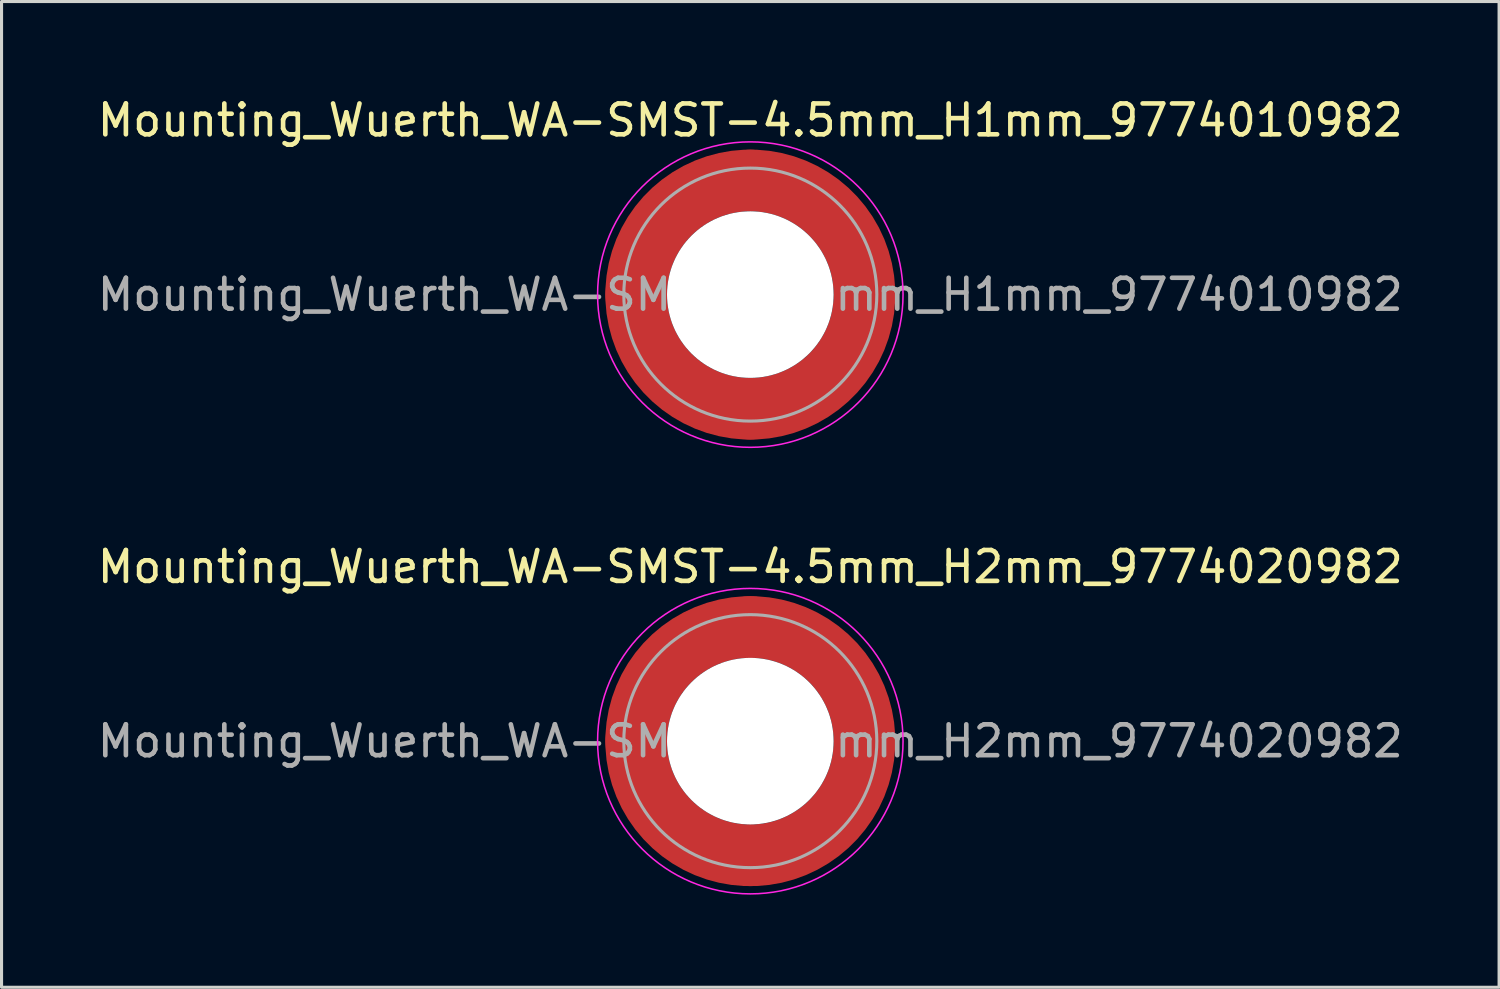
<source format=kicad_pcb>
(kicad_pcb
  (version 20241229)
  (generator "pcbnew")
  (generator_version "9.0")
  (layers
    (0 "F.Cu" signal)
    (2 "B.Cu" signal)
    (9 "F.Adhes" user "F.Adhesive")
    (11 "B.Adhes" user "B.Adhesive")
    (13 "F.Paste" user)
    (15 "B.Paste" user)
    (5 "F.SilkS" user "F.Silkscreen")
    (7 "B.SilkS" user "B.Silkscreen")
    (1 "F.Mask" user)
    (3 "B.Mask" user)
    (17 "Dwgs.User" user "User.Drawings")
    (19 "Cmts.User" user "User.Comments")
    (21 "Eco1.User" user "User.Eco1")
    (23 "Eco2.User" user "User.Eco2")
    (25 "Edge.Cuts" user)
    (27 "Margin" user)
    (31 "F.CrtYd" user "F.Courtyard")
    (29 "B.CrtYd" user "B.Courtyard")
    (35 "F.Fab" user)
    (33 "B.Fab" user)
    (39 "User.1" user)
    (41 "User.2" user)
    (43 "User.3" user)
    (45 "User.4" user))
  (footprint "Mounting_Wuerth_WA-SMST-4.5mm_H1mm_9774010982"
    (layer "F.Cu")
    (at 21.268 6.498)
    (property "Reference" "Mounting_Wuerth_WA-SMST-4.5mm_H1mm_9774010982" (at 0 -5.65 0) (layer "F.SilkS") (effects (font (size 1 1) (thickness 0.15))))
    (attr smd)
    (fp_circle (center 0 0) (end 4.95 0) (stroke (width 0.05) (type solid)) (fill no) (layer "F.CrtYd"))
    (fp_circle (center 0 0) (end 4.1 0) (stroke (width 0.1) (type solid)) (fill no) (layer "F.Fab"))
    (fp_text user "${REFERENCE}" (at 0 0 0) (layer "F.Fab") (effects (font (size 1 1) (thickness 0.15))))
    (pad "" smd custom (at -2.607 -2.607) (size 0.948 0.948) (layers "F.Paste") (options (anchor circle)) (primitives (gr_arc (start -0.188183 2.107456) (mid 0.599273 0.599273) (end 2.107456 -0.188183) (width 0.2)) (gr_arc (start -0.289416 2.107456) (mid 0.52877 0.52877) (end 2.107456 -0.289416) (width 0.2)) (gr_arc (start -0.390547 2.107456) (mid 0.458268 0.458268) (end 2.107456 -0.390547) (width 0.2)) (gr_arc (start -0.491585 2.107456) (mid 0.387765 0.387765) (end 2.107456 -0.491585) (width 0.2)) (gr_arc (start -0.59254 2.107456) (mid 0.317262 0.317262) (end 2.107456 -0.59254) (width 0.2)) (gr_arc (start -0.693419 2.107456) (mid 0.24676 0.24676) (end 2.107456 -0.693419) (width 0.2)) (gr_arc (start -0.794229 2.107456) (mid 0.176257 0.176257) (end 2.107456 -0.794229) (width 0.2)) (gr_arc (start -0.894975 2.107456) (mid 0.105754 0.105754) (end 2.107456 -0.894975) (width 0.2)) (gr_arc (start -0.995664 2.107456) (mid 0.035251 0.035251) (end 2.107456 -0.995664) (width 0.2)) (gr_arc (start -1.0963 2.107456) (mid -0.035252 -0.035252) (end 2.107456 -1.0963) (width 0.2)) (gr_arc (start -1.196886 2.107456) (mid -0.105754 -0.105754) (end 2.107456 -1.196886) (width 0.2)) (gr_arc (start -1.297427 2.107456) (mid -0.176257 -0.176257) (end 2.107456 -1.297427) (width 0.2)) (gr_arc (start -1.397927 2.107456) (mid -0.24676 -0.24676) (end 2.107456 -1.397927) (width 0.2)) (gr_arc (start -1.498388 2.107456) (mid -0.317262 -0.317262) (end 2.107456 -1.498388) (width 0.2)) (gr_arc (start -1.598813 2.107456) (mid -0.387765 -0.387765) (end 2.107456 -1.598813) (width 0.2)) (gr_arc (start -1.699204 2.107456) (mid -0.458267 -0.458267) (end 2.107456 -1.699204) (width 0.2)) (gr_arc (start -1.799565 2.107456) (mid -0.528771 -0.528771) (end 2.107456 -1.799565) (width 0.2)) (gr_arc (start -1.899896 2.107456) (mid -0.599273 -0.599273) (end 2.107456 -1.899896) (width 0.2)) (gr_arc (start -1.899896 2.107456) (mid -0.599273 -0.599273) (end 2.107456 -1.899896) (width 0.2)) (gr_line (start 2.107 -0.188) (end 2.107 -1.9) (width 0.2)) (gr_line (start -0.188 2.107) (end -1.9 2.107) (width 0.2))))
    (pad "" smd custom (at -2.607 2.607) (size 0.948 0.948) (layers "F.Paste") (options (anchor circle)) (primitives (gr_arc (start 2.107456 0.188183) (mid 0.599273 -0.599273) (end -0.188183 -2.107456) (width 0.2)) (gr_arc (start 2.107456 0.289416) (mid 0.52877 -0.52877) (end -0.289416 -2.107456) (width 0.2)) (gr_arc (start 2.107456 0.390547) (mid 0.458268 -0.458268) (end -0.390547 -2.107456) (width 0.2)) (gr_arc (start 2.107456 0.491585) (mid 0.387765 -0.387765) (end -0.491585 -2.107456) (width 0.2)) (gr_arc (start 2.107456 0.59254) (mid 0.317262 -0.317262) (end -0.59254 -2.107456) (width 0.2)) (gr_arc (start 2.107456 0.693419) (mid 0.24676 -0.24676) (end -0.693419 -2.107456) (width 0.2)) (gr_arc (start 2.107456 0.794229) (mid 0.176257 -0.176257) (end -0.794229 -2.107456) (width 0.2)) (gr_arc (start 2.107456 0.894975) (mid 0.105754 -0.105754) (end -0.894975 -2.107456) (width 0.2)) (gr_arc (start 2.107456 0.995664) (mid 0.035251 -0.035251) (end -0.995664 -2.107456) (width 0.2)) (gr_arc (start 2.107456 1.0963) (mid -0.035252 0.035252) (end -1.0963 -2.107456) (width 0.2)) (gr_arc (start 2.107456 1.196886) (mid -0.105754 0.105754) (end -1.196886 -2.107456) (width 0.2)) (gr_arc (start 2.107456 1.297427) (mid -0.176257 0.176257) (end -1.297427 -2.107456) (width 0.2)) (gr_arc (start 2.107456 1.397927) (mid -0.24676 0.24676) (end -1.397927 -2.107456) (width 0.2)) (gr_arc (start 2.107456 1.498388) (mid -0.317262 0.317262) (end -1.498388 -2.107456) (width 0.2)) (gr_arc (start 2.107456 1.598813) (mid -0.387765 0.387765) (end -1.598813 -2.107456) (width 0.2)) (gr_arc (start 2.107456 1.699204) (mid -0.458267 0.458267) (end -1.699204 -2.107456) (width 0.2)) (gr_arc (start 2.107456 1.799565) (mid -0.528771 0.528771) (end -1.799565 -2.107456) (width 0.2)) (gr_arc (start 2.107456 1.899896) (mid -0.599273 0.599273) (end -1.899896 -2.107456) (width 0.2)) (gr_arc (start 2.107456 1.899896) (mid -0.599273 0.599273) (end -1.899896 -2.107456) (width 0.2)) (gr_line (start -0.188 -2.107) (end -1.9 -2.107) (width 0.2)) (gr_line (start 2.107 0.188) (end 2.107 1.9) (width 0.2))))
    (pad "" np_thru_hole circle (at 0 0) (size 5.4 5.4) (drill 5.4) (layers "*.Cu" "*.Mask"))
    (pad "" smd custom (at 2.607 -2.607) (size 0.948 0.948) (layers "F.Paste") (options (anchor circle)) (primitives (gr_arc (start -2.107456 -0.188183) (mid -0.599273 0.599273) (end 0.188183 2.107456) (width 0.2)) (gr_arc (start -2.107456 -0.289416) (mid -0.52877 0.52877) (end 0.289416 2.107456) (width 0.2)) (gr_arc (start -2.107456 -0.390547) (mid -0.458268 0.458268) (end 0.390547 2.107456) (width 0.2)) (gr_arc (start -2.107456 -0.491585) (mid -0.387765 0.387765) (end 0.491585 2.107456) (width 0.2)) (gr_arc (start -2.107456 -0.59254) (mid -0.317262 0.317262) (end 0.59254 2.107456) (width 0.2)) (gr_arc (start -2.107456 -0.693419) (mid -0.24676 0.24676) (end 0.693419 2.107456) (width 0.2)) (gr_arc (start -2.107456 -0.794229) (mid -0.176257 0.176257) (end 0.794229 2.107456) (width 0.2)) (gr_arc (start -2.107456 -0.894975) (mid -0.105754 0.105754) (end 0.894975 2.107456) (width 0.2)) (gr_arc (start -2.107456 -0.995664) (mid -0.035251 0.035251) (end 0.995664 2.107456) (width 0.2)) (gr_arc (start -2.107456 -1.0963) (mid 0.035252 -0.035252) (end 1.0963 2.107456) (width 0.2)) (gr_arc (start -2.107456 -1.196886) (mid 0.105754 -0.105754) (end 1.196886 2.107456) (width 0.2)) (gr_arc (start -2.107456 -1.297427) (mid 0.176257 -0.176257) (end 1.297427 2.107456) (width 0.2)) (gr_arc (start -2.107456 -1.397927) (mid 0.24676 -0.24676) (end 1.397927 2.107456) (width 0.2)) (gr_arc (start -2.107456 -1.498388) (mid 0.317262 -0.317262) (end 1.498388 2.107456) (width 0.2)) (gr_arc (start -2.107456 -1.598813) (mid 0.387765 -0.387765) (end 1.598813 2.107456) (width 0.2)) (gr_arc (start -2.107456 -1.699204) (mid 0.458267 -0.458267) (end 1.699204 2.107456) (width 0.2)) (gr_arc (start -2.107456 -1.799565) (mid 0.528771 -0.528771) (end 1.799565 2.107456) (width 0.2)) (gr_arc (start -2.107456 -1.899896) (mid 0.599273 -0.599273) (end 1.899896 2.107456) (width 0.2)) (gr_arc (start -2.107456 -1.899896) (mid 0.599273 -0.599273) (end 1.899896 2.107456) (width 0.2)) (gr_line (start 0.188 2.107) (end 1.9 2.107) (width 0.2)) (gr_line (start -2.107 -0.188) (end -2.107 -1.9) (width 0.2))))
    (pad "" smd custom (at 2.607 2.607) (size 0.948 0.948) (layers "F.Paste") (options (anchor circle)) (primitives (gr_arc (start 0.188183 -2.107456) (mid -0.599273 -0.599273) (end -2.107456 0.188183) (width 0.2)) (gr_arc (start 0.289416 -2.107456) (mid -0.52877 -0.52877) (end -2.107456 0.289416) (width 0.2)) (gr_arc (start 0.390547 -2.107456) (mid -0.458268 -0.458268) (end -2.107456 0.390547) (width 0.2)) (gr_arc (start 0.491585 -2.107456) (mid -0.387765 -0.387765) (end -2.107456 0.491585) (width 0.2)) (gr_arc (start 0.59254 -2.107456) (mid -0.317262 -0.317262) (end -2.107456 0.59254) (width 0.2)) (gr_arc (start 0.693419 -2.107456) (mid -0.24676 -0.24676) (end -2.107456 0.693419) (width 0.2)) (gr_arc (start 0.794229 -2.107456) (mid -0.176257 -0.176257) (end -2.107456 0.794229) (width 0.2)) (gr_arc (start 0.894975 -2.107456) (mid -0.105754 -0.105754) (end -2.107456 0.894975) (width 0.2)) (gr_arc (start 0.995664 -2.107456) (mid -0.035251 -0.035251) (end -2.107456 0.995664) (width 0.2)) (gr_arc (start 1.0963 -2.107456) (mid 0.035252 0.035252) (end -2.107456 1.0963) (width 0.2)) (gr_arc (start 1.196886 -2.107456) (mid 0.105754 0.105754) (end -2.107456 1.196886) (width 0.2)) (gr_arc (start 1.297427 -2.107456) (mid 0.176257 0.176257) (end -2.107456 1.297427) (width 0.2)) (gr_arc (start 1.397927 -2.107456) (mid 0.24676 0.24676) (end -2.107456 1.397927) (width 0.2)) (gr_arc (start 1.498388 -2.107456) (mid 0.317262 0.317262) (end -2.107456 1.498388) (width 0.2)) (gr_arc (start 1.598813 -2.107456) (mid 0.387765 0.387765) (end -2.107456 1.598813) (width 0.2)) (gr_arc (start 1.699204 -2.107456) (mid 0.458267 0.458267) (end -2.107456 1.699204) (width 0.2)) (gr_arc (start 1.799565 -2.107456) (mid 0.528771 0.528771) (end -2.107456 1.799565) (width 0.2)) (gr_arc (start 1.899896 -2.107456) (mid 0.599273 0.599273) (end -2.107456 1.899896) (width 0.2)) (gr_arc (start 1.899896 -2.107456) (mid 0.599273 0.599273) (end -2.107456 1.899896) (width 0.2)) (gr_line (start -2.107 0.188) (end -2.107 1.9) (width 0.2)) (gr_line (start 0.188 -2.107) (end 1.9 -2.107) (width 0.2))))
    (pad "1" smd circle (at -3.7 0) (size 2 2) (layers "F.Cu"))
    (pad "1" smd circle (at 0 -3.7) (size 2 2) (layers "F.Cu"))
    (pad "1" smd circle (at 0 3.7) (size 2 2) (layers "F.Cu"))
    (pad "1" smd custom (at 3.7 0) (size 2 2) (layers "F.Cu" "F.Mask") (options (anchor circle)) (primitives (gr_circle (center -3.7 0) (end 0 0) (width 2) (fill no)))))
  (footprint "Mounting_Wuerth_WA-SMST-4.5mm_H2mm_9774020982"
    (layer "F.Cu")
    (at 21.268 20.971)
    (property "Reference" "Mounting_Wuerth_WA-SMST-4.5mm_H2mm_9774020982" (at 0 -5.65 0) (layer "F.SilkS") (effects (font (size 1 1) (thickness 0.15))))
    (attr smd)
    (fp_circle (center 0 0) (end 4.95 0) (stroke (width 0.05) (type solid)) (fill no) (layer "F.CrtYd"))
    (fp_circle (center 0 0) (end 4.1 0) (stroke (width 0.1) (type solid)) (fill no) (layer "F.Fab"))
    (fp_text user "${REFERENCE}" (at 0 0 0) (layer "F.Fab") (effects (font (size 1 1) (thickness 0.15))))
    (pad "" smd custom (at -2.607 -2.607) (size 0.948 0.948) (layers "F.Paste") (options (anchor circle)) (primitives (gr_arc (start -0.188183 2.107456) (mid 0.599273 0.599273) (end 2.107456 -0.188183) (width 0.2)) (gr_arc (start -0.289416 2.107456) (mid 0.52877 0.52877) (end 2.107456 -0.289416) (width 0.2)) (gr_arc (start -0.390547 2.107456) (mid 0.458268 0.458268) (end 2.107456 -0.390547) (width 0.2)) (gr_arc (start -0.491585 2.107456) (mid 0.387765 0.387765) (end 2.107456 -0.491585) (width 0.2)) (gr_arc (start -0.59254 2.107456) (mid 0.317262 0.317262) (end 2.107456 -0.59254) (width 0.2)) (gr_arc (start -0.693419 2.107456) (mid 0.24676 0.24676) (end 2.107456 -0.693419) (width 0.2)) (gr_arc (start -0.794229 2.107456) (mid 0.176257 0.176257) (end 2.107456 -0.794229) (width 0.2)) (gr_arc (start -0.894975 2.107456) (mid 0.105754 0.105754) (end 2.107456 -0.894975) (width 0.2)) (gr_arc (start -0.995664 2.107456) (mid 0.035251 0.035251) (end 2.107456 -0.995664) (width 0.2)) (gr_arc (start -1.0963 2.107456) (mid -0.035252 -0.035252) (end 2.107456 -1.0963) (width 0.2)) (gr_arc (start -1.196886 2.107456) (mid -0.105754 -0.105754) (end 2.107456 -1.196886) (width 0.2)) (gr_arc (start -1.297427 2.107456) (mid -0.176257 -0.176257) (end 2.107456 -1.297427) (width 0.2)) (gr_arc (start -1.397927 2.107456) (mid -0.24676 -0.24676) (end 2.107456 -1.397927) (width 0.2)) (gr_arc (start -1.498388 2.107456) (mid -0.317262 -0.317262) (end 2.107456 -1.498388) (width 0.2)) (gr_arc (start -1.598813 2.107456) (mid -0.387765 -0.387765) (end 2.107456 -1.598813) (width 0.2)) (gr_arc (start -1.699204 2.107456) (mid -0.458267 -0.458267) (end 2.107456 -1.699204) (width 0.2)) (gr_arc (start -1.799565 2.107456) (mid -0.528771 -0.528771) (end 2.107456 -1.799565) (width 0.2)) (gr_arc (start -1.899896 2.107456) (mid -0.599273 -0.599273) (end 2.107456 -1.899896) (width 0.2)) (gr_arc (start -1.899896 2.107456) (mid -0.599273 -0.599273) (end 2.107456 -1.899896) (width 0.2)) (gr_line (start 2.107 -0.188) (end 2.107 -1.9) (width 0.2)) (gr_line (start -0.188 2.107) (end -1.9 2.107) (width 0.2))))
    (pad "" smd custom (at -2.607 2.607) (size 0.948 0.948) (layers "F.Paste") (options (anchor circle)) (primitives (gr_arc (start 2.107456 0.188183) (mid 0.599273 -0.599273) (end -0.188183 -2.107456) (width 0.2)) (gr_arc (start 2.107456 0.289416) (mid 0.52877 -0.52877) (end -0.289416 -2.107456) (width 0.2)) (gr_arc (start 2.107456 0.390547) (mid 0.458268 -0.458268) (end -0.390547 -2.107456) (width 0.2)) (gr_arc (start 2.107456 0.491585) (mid 0.387765 -0.387765) (end -0.491585 -2.107456) (width 0.2)) (gr_arc (start 2.107456 0.59254) (mid 0.317262 -0.317262) (end -0.59254 -2.107456) (width 0.2)) (gr_arc (start 2.107456 0.693419) (mid 0.24676 -0.24676) (end -0.693419 -2.107456) (width 0.2)) (gr_arc (start 2.107456 0.794229) (mid 0.176257 -0.176257) (end -0.794229 -2.107456) (width 0.2)) (gr_arc (start 2.107456 0.894975) (mid 0.105754 -0.105754) (end -0.894975 -2.107456) (width 0.2)) (gr_arc (start 2.107456 0.995664) (mid 0.035251 -0.035251) (end -0.995664 -2.107456) (width 0.2)) (gr_arc (start 2.107456 1.0963) (mid -0.035252 0.035252) (end -1.0963 -2.107456) (width 0.2)) (gr_arc (start 2.107456 1.196886) (mid -0.105754 0.105754) (end -1.196886 -2.107456) (width 0.2)) (gr_arc (start 2.107456 1.297427) (mid -0.176257 0.176257) (end -1.297427 -2.107456) (width 0.2)) (gr_arc (start 2.107456 1.397927) (mid -0.24676 0.24676) (end -1.397927 -2.107456) (width 0.2)) (gr_arc (start 2.107456 1.498388) (mid -0.317262 0.317262) (end -1.498388 -2.107456) (width 0.2)) (gr_arc (start 2.107456 1.598813) (mid -0.387765 0.387765) (end -1.598813 -2.107456) (width 0.2)) (gr_arc (start 2.107456 1.699204) (mid -0.458267 0.458267) (end -1.699204 -2.107456) (width 0.2)) (gr_arc (start 2.107456 1.799565) (mid -0.528771 0.528771) (end -1.799565 -2.107456) (width 0.2)) (gr_arc (start 2.107456 1.899896) (mid -0.599273 0.599273) (end -1.899896 -2.107456) (width 0.2)) (gr_arc (start 2.107456 1.899896) (mid -0.599273 0.599273) (end -1.899896 -2.107456) (width 0.2)) (gr_line (start -0.188 -2.107) (end -1.9 -2.107) (width 0.2)) (gr_line (start 2.107 0.188) (end 2.107 1.9) (width 0.2))))
    (pad "" np_thru_hole circle (at 0 0) (size 5.4 5.4) (drill 5.4) (layers "*.Cu" "*.Mask"))
    (pad "" smd custom (at 2.607 -2.607) (size 0.948 0.948) (layers "F.Paste") (options (anchor circle)) (primitives (gr_arc (start -2.107456 -0.188183) (mid -0.599273 0.599273) (end 0.188183 2.107456) (width 0.2)) (gr_arc (start -2.107456 -0.289416) (mid -0.52877 0.52877) (end 0.289416 2.107456) (width 0.2)) (gr_arc (start -2.107456 -0.390547) (mid -0.458268 0.458268) (end 0.390547 2.107456) (width 0.2)) (gr_arc (start -2.107456 -0.491585) (mid -0.387765 0.387765) (end 0.491585 2.107456) (width 0.2)) (gr_arc (start -2.107456 -0.59254) (mid -0.317262 0.317262) (end 0.59254 2.107456) (width 0.2)) (gr_arc (start -2.107456 -0.693419) (mid -0.24676 0.24676) (end 0.693419 2.107456) (width 0.2)) (gr_arc (start -2.107456 -0.794229) (mid -0.176257 0.176257) (end 0.794229 2.107456) (width 0.2)) (gr_arc (start -2.107456 -0.894975) (mid -0.105754 0.105754) (end 0.894975 2.107456) (width 0.2)) (gr_arc (start -2.107456 -0.995664) (mid -0.035251 0.035251) (end 0.995664 2.107456) (width 0.2)) (gr_arc (start -2.107456 -1.0963) (mid 0.035252 -0.035252) (end 1.0963 2.107456) (width 0.2)) (gr_arc (start -2.107456 -1.196886) (mid 0.105754 -0.105754) (end 1.196886 2.107456) (width 0.2)) (gr_arc (start -2.107456 -1.297427) (mid 0.176257 -0.176257) (end 1.297427 2.107456) (width 0.2)) (gr_arc (start -2.107456 -1.397927) (mid 0.24676 -0.24676) (end 1.397927 2.107456) (width 0.2)) (gr_arc (start -2.107456 -1.498388) (mid 0.317262 -0.317262) (end 1.498388 2.107456) (width 0.2)) (gr_arc (start -2.107456 -1.598813) (mid 0.387765 -0.387765) (end 1.598813 2.107456) (width 0.2)) (gr_arc (start -2.107456 -1.699204) (mid 0.458267 -0.458267) (end 1.699204 2.107456) (width 0.2)) (gr_arc (start -2.107456 -1.799565) (mid 0.528771 -0.528771) (end 1.799565 2.107456) (width 0.2)) (gr_arc (start -2.107456 -1.899896) (mid 0.599273 -0.599273) (end 1.899896 2.107456) (width 0.2)) (gr_arc (start -2.107456 -1.899896) (mid 0.599273 -0.599273) (end 1.899896 2.107456) (width 0.2)) (gr_line (start 0.188 2.107) (end 1.9 2.107) (width 0.2)) (gr_line (start -2.107 -0.188) (end -2.107 -1.9) (width 0.2))))
    (pad "" smd custom (at 2.607 2.607) (size 0.948 0.948) (layers "F.Paste") (options (anchor circle)) (primitives (gr_arc (start 0.188183 -2.107456) (mid -0.599273 -0.599273) (end -2.107456 0.188183) (width 0.2)) (gr_arc (start 0.289416 -2.107456) (mid -0.52877 -0.52877) (end -2.107456 0.289416) (width 0.2)) (gr_arc (start 0.390547 -2.107456) (mid -0.458268 -0.458268) (end -2.107456 0.390547) (width 0.2)) (gr_arc (start 0.491585 -2.107456) (mid -0.387765 -0.387765) (end -2.107456 0.491585) (width 0.2)) (gr_arc (start 0.59254 -2.107456) (mid -0.317262 -0.317262) (end -2.107456 0.59254) (width 0.2)) (gr_arc (start 0.693419 -2.107456) (mid -0.24676 -0.24676) (end -2.107456 0.693419) (width 0.2)) (gr_arc (start 0.794229 -2.107456) (mid -0.176257 -0.176257) (end -2.107456 0.794229) (width 0.2)) (gr_arc (start 0.894975 -2.107456) (mid -0.105754 -0.105754) (end -2.107456 0.894975) (width 0.2)) (gr_arc (start 0.995664 -2.107456) (mid -0.035251 -0.035251) (end -2.107456 0.995664) (width 0.2)) (gr_arc (start 1.0963 -2.107456) (mid 0.035252 0.035252) (end -2.107456 1.0963) (width 0.2)) (gr_arc (start 1.196886 -2.107456) (mid 0.105754 0.105754) (end -2.107456 1.196886) (width 0.2)) (gr_arc (start 1.297427 -2.107456) (mid 0.176257 0.176257) (end -2.107456 1.297427) (width 0.2)) (gr_arc (start 1.397927 -2.107456) (mid 0.24676 0.24676) (end -2.107456 1.397927) (width 0.2)) (gr_arc (start 1.498388 -2.107456) (mid 0.317262 0.317262) (end -2.107456 1.498388) (width 0.2)) (gr_arc (start 1.598813 -2.107456) (mid 0.387765 0.387765) (end -2.107456 1.598813) (width 0.2)) (gr_arc (start 1.699204 -2.107456) (mid 0.458267 0.458267) (end -2.107456 1.699204) (width 0.2)) (gr_arc (start 1.799565 -2.107456) (mid 0.528771 0.528771) (end -2.107456 1.799565) (width 0.2)) (gr_arc (start 1.899896 -2.107456) (mid 0.599273 0.599273) (end -2.107456 1.899896) (width 0.2)) (gr_arc (start 1.899896 -2.107456) (mid 0.599273 0.599273) (end -2.107456 1.899896) (width 0.2)) (gr_line (start -2.107 0.188) (end -2.107 1.9) (width 0.2)) (gr_line (start 0.188 -2.107) (end 1.9 -2.107) (width 0.2))))
    (pad "1" smd circle (at -3.7 0) (size 2 2) (layers "F.Cu"))
    (pad "1" smd circle (at 0 -3.7) (size 2 2) (layers "F.Cu"))
    (pad "1" smd circle (at 0 3.7) (size 2 2) (layers "F.Cu"))
    (pad "1" smd custom (at 3.7 0) (size 2 2) (layers "F.Cu" "F.Mask") (options (anchor circle)) (primitives (gr_circle (center -3.7 0) (end 0 0) (width 2) (fill no)))))
  (gr_rect
    (start -3 -3)
    (end 45.536 28.947)
    (stroke (width 0.1) (type default))
    (fill no)
    (layer "Edge.Cuts")))
</source>
